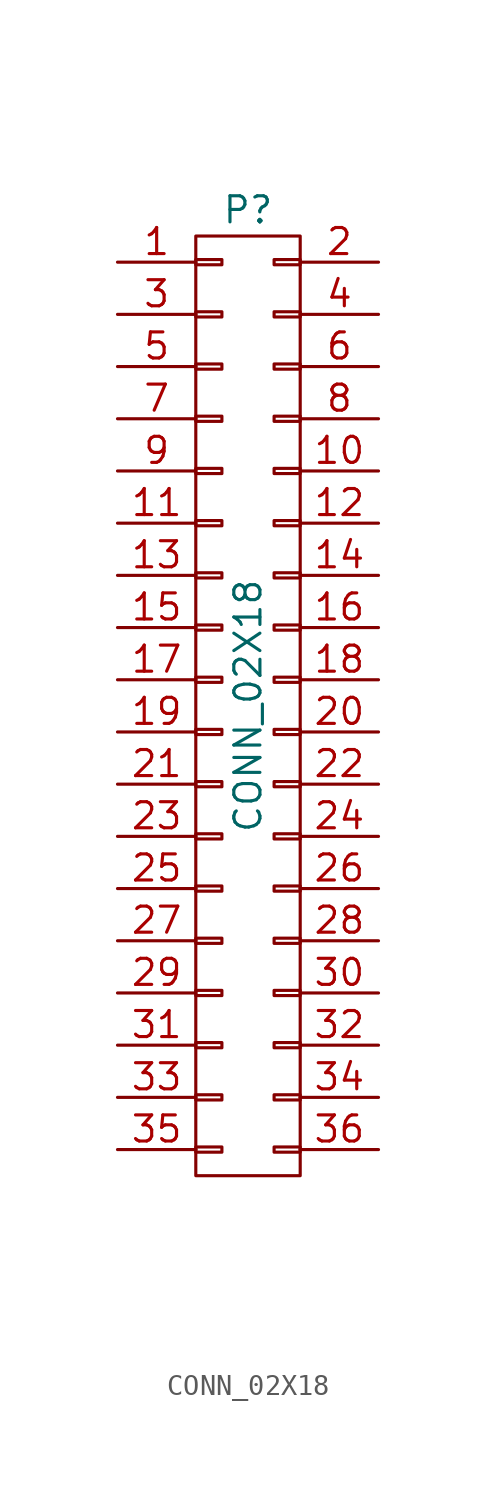
<source format=kicad_sym>
(kicad_symbol_lib
  (version 20211014)
  (generator kicad_symbol_editor)
  (symbol "CONN_02X18"
    (pin_names
      (offset 0.025) hide)
    (property "Reference" "P"
      (at 0 24.13 0)
      (effects (font (size 1.27 1.27))))
    (property "Value" "CONN_02X18"
      (at 0 0 90)
      (effects (font (size 1.27 1.27))))
    (property "Footprint" ""
      (at 0 -26.67 0)
      (effects (font (size 1.27 1.27))))
    (property "Datasheet" ""
      (at 0 -26.67 0)
      (effects (font (size 1.27 1.27))))
    (symbol "CONN_02X18_0_1"
      (rectangle (start -2.54 -21.463) (end -1.27 -21.717) (stroke (width 0) (type default) (color 0 0 0 0)) (fill (type none)))
      (rectangle (start -2.54 -18.923) (end -1.27 -19.177) (stroke (width 0) (type default) (color 0 0 0 0)) (fill (type none)))
      (rectangle (start -2.54 -16.383) (end -1.27 -16.637) (stroke (width 0) (type default) (color 0 0 0 0)) (fill (type none)))
      (rectangle (start -2.54 -13.843) (end -1.27 -14.097) (stroke (width 0) (type default) (color 0 0 0 0)) (fill (type none)))
      (rectangle (start -2.54 -11.303) (end -1.27 -11.557) (stroke (width 0) (type default) (color 0 0 0 0)) (fill (type none)))
      (rectangle (start -2.54 -8.763) (end -1.27 -9.017) (stroke (width 0) (type default) (color 0 0 0 0)) (fill (type none)))
      (rectangle (start -2.54 -6.223) (end -1.27 -6.477) (stroke (width 0) (type default) (color 0 0 0 0)) (fill (type none)))
      (rectangle (start -2.54 -3.683) (end -1.27 -3.937) (stroke (width 0) (type default) (color 0 0 0 0)) (fill (type none)))
      (rectangle (start -2.54 -1.143) (end -1.27 -1.397) (stroke (width 0) (type default) (color 0 0 0 0)) (fill (type none)))
      (rectangle (start -2.54 1.397) (end -1.27 1.143) (stroke (width 0) (type default) (color 0 0 0 0)) (fill (type none)))
      (rectangle (start -2.54 3.937) (end -1.27 3.683) (stroke (width 0) (type default) (color 0 0 0 0)) (fill (type none)))
      (rectangle (start -2.54 6.477) (end -1.27 6.223) (stroke (width 0) (type default) (color 0 0 0 0)) (fill (type none)))
      (rectangle (start -2.54 9.017) (end -1.27 8.763) (stroke (width 0) (type default) (color 0 0 0 0)) (fill (type none)))
      (rectangle (start -2.54 11.557) (end -1.27 11.303) (stroke (width 0) (type default) (color 0 0 0 0)) (fill (type none)))
      (rectangle (start -2.54 14.097) (end -1.27 13.843) (stroke (width 0) (type default) (color 0 0 0 0)) (fill (type none)))
      (rectangle (start -2.54 16.637) (end -1.27 16.383) (stroke (width 0) (type default) (color 0 0 0 0)) (fill (type none)))
      (rectangle (start -2.54 19.177) (end -1.27 18.923) (stroke (width 0) (type default) (color 0 0 0 0)) (fill (type none)))
      (rectangle (start -2.54 21.717) (end -1.27 21.463) (stroke (width 0) (type default) (color 0 0 0 0)) (fill (type none)))
      (rectangle (start -2.54 22.86) (end 2.54 -22.86) (stroke (width 0) (type default) (color 0 0 0 0)) (fill (type none)))
      (rectangle (start 1.27 -21.463) (end 2.54 -21.717) (stroke (width 0) (type default) (color 0 0 0 0)) (fill (type none)))
      (rectangle (start 1.27 -18.923) (end 2.54 -19.177) (stroke (width 0) (type default) (color 0 0 0 0)) (fill (type none)))
      (rectangle (start 1.27 -16.383) (end 2.54 -16.637) (stroke (width 0) (type default) (color 0 0 0 0)) (fill (type none)))
      (rectangle (start 1.27 -13.843) (end 2.54 -14.097) (stroke (width 0) (type default) (color 0 0 0 0)) (fill (type none)))
      (rectangle (start 1.27 -11.303) (end 2.54 -11.557) (stroke (width 0) (type default) (color 0 0 0 0)) (fill (type none)))
      (rectangle (start 1.27 -8.763) (end 2.54 -9.017) (stroke (width 0) (type default) (color 0 0 0 0)) (fill (type none)))
      (rectangle (start 1.27 -6.223) (end 2.54 -6.477) (stroke (width 0) (type default) (color 0 0 0 0)) (fill (type none)))
      (rectangle (start 1.27 -3.683) (end 2.54 -3.937) (stroke (width 0) (type default) (color 0 0 0 0)) (fill (type none)))
      (rectangle (start 1.27 -1.143) (end 2.54 -1.397) (stroke (width 0) (type default) (color 0 0 0 0)) (fill (type none)))
      (rectangle (start 1.27 1.397) (end 2.54 1.143) (stroke (width 0) (type default) (color 0 0 0 0)) (fill (type none)))
      (rectangle (start 1.27 3.937) (end 2.54 3.683) (stroke (width 0) (type default) (color 0 0 0 0)) (fill (type none)))
      (rectangle (start 1.27 6.477) (end 2.54 6.223) (stroke (width 0) (type default) (color 0 0 0 0)) (fill (type none)))
      (rectangle (start 1.27 9.017) (end 2.54 8.763) (stroke (width 0) (type default) (color 0 0 0 0)) (fill (type none)))
      (rectangle (start 1.27 11.557) (end 2.54 11.303) (stroke (width 0) (type default) (color 0 0 0 0)) (fill (type none)))
      (rectangle (start 1.27 14.097) (end 2.54 13.843) (stroke (width 0) (type default) (color 0 0 0 0)) (fill (type none)))
      (rectangle (start 1.27 16.637) (end 2.54 16.383) (stroke (width 0) (type default) (color 0 0 0 0)) (fill (type none)))
      (rectangle (start 1.27 19.177) (end 2.54 18.923) (stroke (width 0) (type default) (color 0 0 0 0)) (fill (type none)))
      (rectangle (start 1.27 21.717) (end 2.54 21.463) (stroke (width 0) (type default) (color 0 0 0 0)) (fill (type none))))
    (symbol "CONN_02X18_1_1"
      (pin passive line (at -6.35 21.59 0) (length 3.81) (name "P1" (effects (font (size 1.27 1.27)))) (number "1" (effects (font (size 1.27 1.27)))))
      (pin passive line (at 6.35 11.43 180) (length 3.81) (name "P10" (effects (font (size 1.27 1.27)))) (number "10" (effects (font (size 1.27 1.27)))))
      (pin passive line (at -6.35 8.89 0) (length 3.81) (name "P11" (effects (font (size 1.27 1.27)))) (number "11" (effects (font (size 1.27 1.27)))))
      (pin passive line (at 6.35 8.89 180) (length 3.81) (name "P12" (effects (font (size 1.27 1.27)))) (number "12" (effects (font (size 1.27 1.27)))))
      (pin passive line (at -6.35 6.35 0) (length 3.81) (name "P13" (effects (font (size 1.27 1.27)))) (number "13" (effects (font (size 1.27 1.27)))))
      (pin passive line (at 6.35 6.35 180) (length 3.81) (name "P14" (effects (font (size 1.27 1.27)))) (number "14" (effects (font (size 1.27 1.27)))))
      (pin passive line (at -6.35 3.81 0) (length 3.81) (name "P15" (effects (font (size 1.27 1.27)))) (number "15" (effects (font (size 1.27 1.27)))))
      (pin passive line (at 6.35 3.81 180) (length 3.81) (name "P16" (effects (font (size 1.27 1.27)))) (number "16" (effects (font (size 1.27 1.27)))))
      (pin passive line (at -6.35 1.27 0) (length 3.81) (name "P17" (effects (font (size 1.27 1.27)))) (number "17" (effects (font (size 1.27 1.27)))))
      (pin passive line (at 6.35 1.27 180) (length 3.81) (name "P18" (effects (font (size 1.27 1.27)))) (number "18" (effects (font (size 1.27 1.27)))))
      (pin passive line (at -6.35 -1.27 0) (length 3.81) (name "P19" (effects (font (size 1.27 1.27)))) (number "19" (effects (font (size 1.27 1.27)))))
      (pin passive line (at 6.35 21.59 180) (length 3.81) (name "P2" (effects (font (size 1.27 1.27)))) (number "2" (effects (font (size 1.27 1.27)))))
      (pin passive line (at 6.35 -1.27 180) (length 3.81) (name "P20" (effects (font (size 1.27 1.27)))) (number "20" (effects (font (size 1.27 1.27)))))
      (pin passive line (at -6.35 -3.81 0) (length 3.81) (name "P21" (effects (font (size 1.27 1.27)))) (number "21" (effects (font (size 1.27 1.27)))))
      (pin passive line (at 6.35 -3.81 180) (length 3.81) (name "P22" (effects (font (size 1.27 1.27)))) (number "22" (effects (font (size 1.27 1.27)))))
      (pin passive line (at -6.35 -6.35 0) (length 3.81) (name "P23" (effects (font (size 1.27 1.27)))) (number "23" (effects (font (size 1.27 1.27)))))
      (pin passive line (at 6.35 -6.35 180) (length 3.81) (name "P24" (effects (font (size 1.27 1.27)))) (number "24" (effects (font (size 1.27 1.27)))))
      (pin passive line (at -6.35 -8.89 0) (length 3.81) (name "P25" (effects (font (size 1.27 1.27)))) (number "25" (effects (font (size 1.27 1.27)))))
      (pin passive line (at 6.35 -8.89 180) (length 3.81) (name "P26" (effects (font (size 1.27 1.27)))) (number "26" (effects (font (size 1.27 1.27)))))
      (pin passive line (at -6.35 -11.43 0) (length 3.81) (name "P27" (effects (font (size 1.27 1.27)))) (number "27" (effects (font (size 1.27 1.27)))))
      (pin passive line (at 6.35 -11.43 180) (length 3.81) (name "P28" (effects (font (size 1.27 1.27)))) (number "28" (effects (font (size 1.27 1.27)))))
      (pin passive line (at -6.35 -13.97 0) (length 3.81) (name "P29" (effects (font (size 1.27 1.27)))) (number "29" (effects (font (size 1.27 1.27)))))
      (pin passive line (at -6.35 19.05 0) (length 3.81) (name "P3" (effects (font (size 1.27 1.27)))) (number "3" (effects (font (size 1.27 1.27)))))
      (pin passive line (at 6.35 -13.97 180) (length 3.81) (name "P30" (effects (font (size 1.27 1.27)))) (number "30" (effects (font (size 1.27 1.27)))))
      (pin passive line (at -6.35 -16.51 0) (length 3.81) (name "P31" (effects (font (size 1.27 1.27)))) (number "31" (effects (font (size 1.27 1.27)))))
      (pin passive line (at 6.35 -16.51 180) (length 3.81) (name "P32" (effects (font (size 1.27 1.27)))) (number "32" (effects (font (size 1.27 1.27)))))
      (pin passive line (at -6.35 -19.05 0) (length 3.81) (name "P33" (effects (font (size 1.27 1.27)))) (number "33" (effects (font (size 1.27 1.27)))))
      (pin passive line (at 6.35 -19.05 180) (length 3.81) (name "P34" (effects (font (size 1.27 1.27)))) (number "34" (effects (font (size 1.27 1.27)))))
      (pin passive line (at -6.35 -21.59 0) (length 3.81) (name "P35" (effects (font (size 1.27 1.27)))) (number "35" (effects (font (size 1.27 1.27)))))
      (pin passive line (at 6.35 -21.59 180) (length 3.81) (name "P36" (effects (font (size 1.27 1.27)))) (number "36" (effects (font (size 1.27 1.27)))))
      (pin passive line (at 6.35 19.05 180) (length 3.81) (name "P4" (effects (font (size 1.27 1.27)))) (number "4" (effects (font (size 1.27 1.27)))))
      (pin passive line (at -6.35 16.51 0) (length 3.81) (name "P5" (effects (font (size 1.27 1.27)))) (number "5" (effects (font (size 1.27 1.27)))))
      (pin passive line (at 6.35 16.51 180) (length 3.81) (name "P6" (effects (font (size 1.27 1.27)))) (number "6" (effects (font (size 1.27 1.27)))))
      (pin passive line (at -6.35 13.97 0) (length 3.81) (name "P7" (effects (font (size 1.27 1.27)))) (number "7" (effects (font (size 1.27 1.27)))))
      (pin passive line (at 6.35 13.97 180) (length 3.81) (name "P8" (effects (font (size 1.27 1.27)))) (number "8" (effects (font (size 1.27 1.27)))))
      (pin passive line (at -6.35 11.43 0) (length 3.81) (name "P9" (effects (font (size 1.27 1.27)))) (number "9" (effects (font (size 1.27 1.27))))))))
</source>
